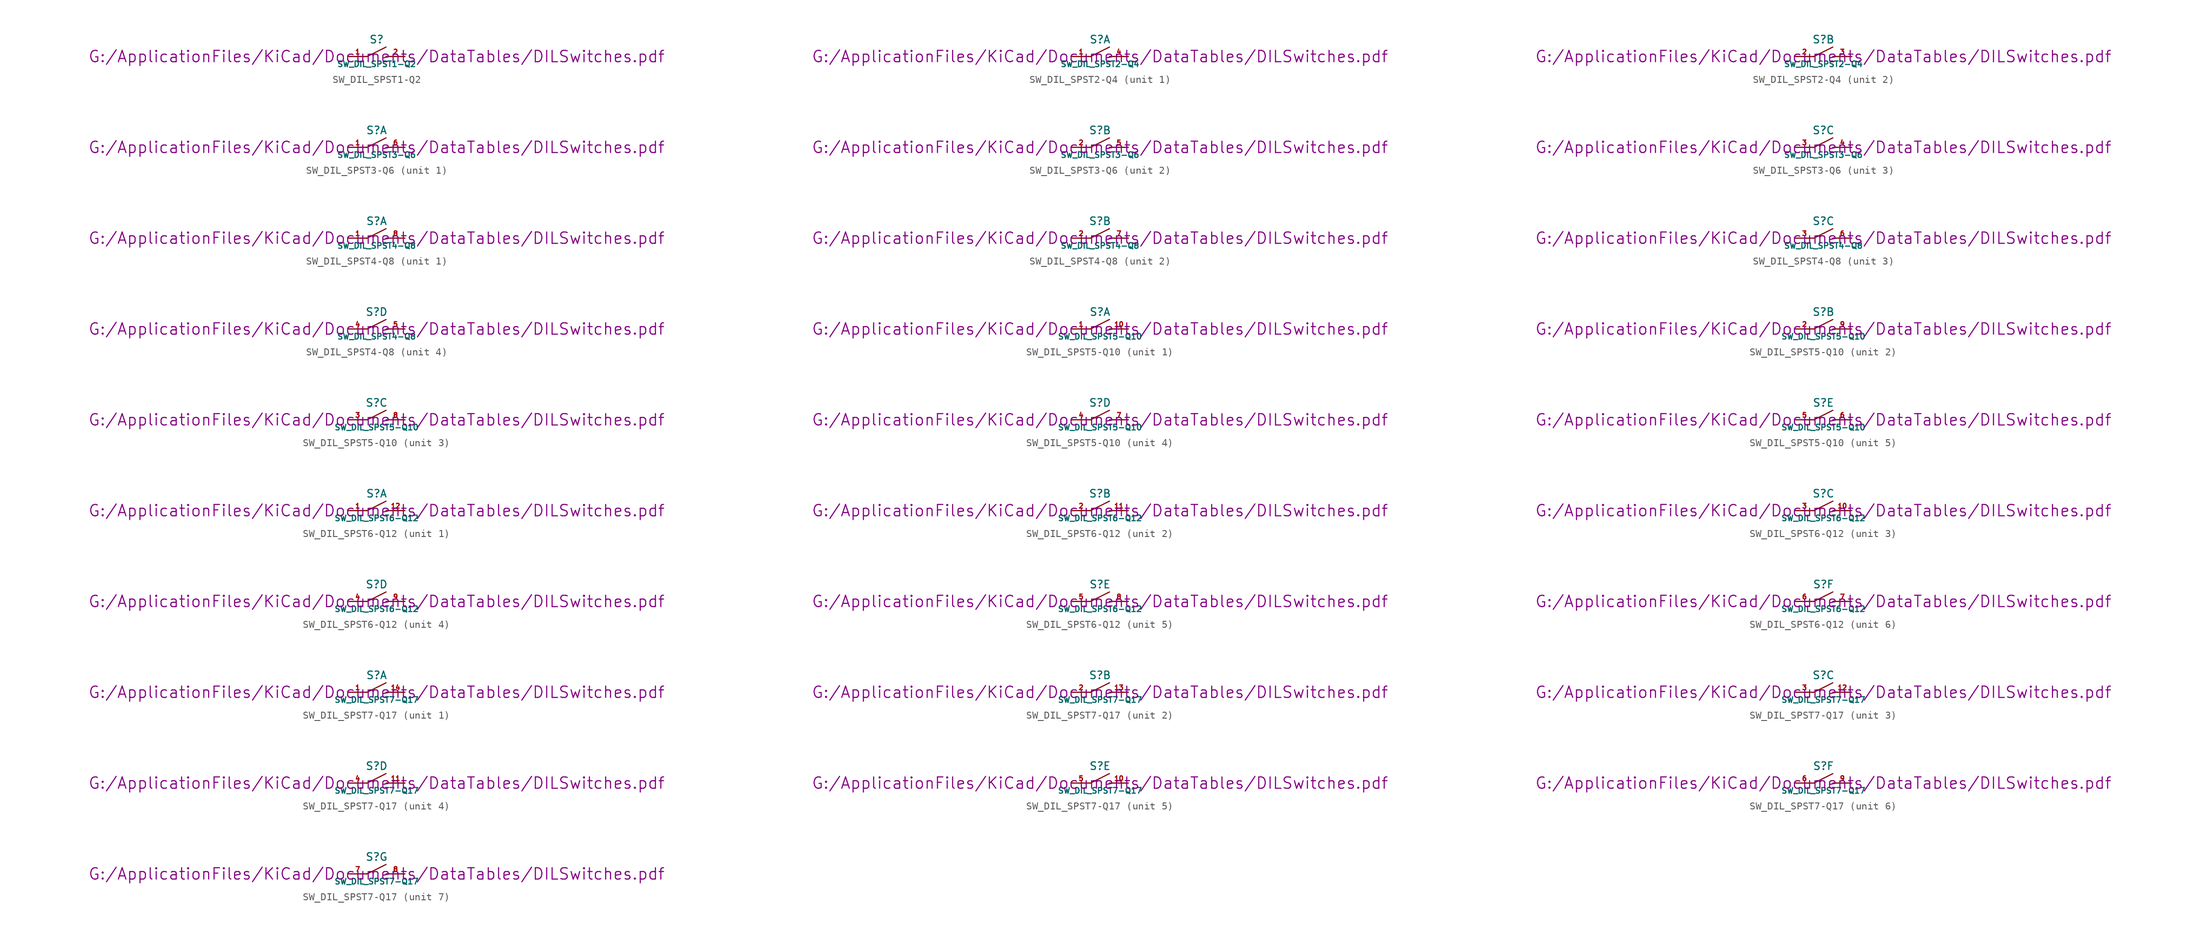
<source format=kicad_sym>
(kicad_symbol_lib
  (version 20211014)
  (generator kicad_symbol_editor)
  (symbol "SW_DIL_SPST1-Q2"
    (pin_names
      (offset 1.016) hide)
    (property "Reference" "S"
      (at 0 2.286 0)
      (effects (font (size 1.016 1.016))))
    (property "Value" "SW_DIL_SPST1-Q2"
      (at 0 -1.016 0)
      (effects (font (size 0.762 0.762))))
    (property "Footprint" ""
      (at 0 0 0)
      (effects (font (size 1.524 1.524))))
    (property "Datasheet" "G:/ApplicationFiles/KiCad/Documents/DataTables/DILSwitches.pdf"
      (at 0 0 0)
      (effects (font (size 1.524 1.524))))
    (symbol "SW_DIL_SPST1-Q2_0_1"
      (polyline (pts (xy -1.27 0) (xy 1.27 1.27)) (stroke (width 0) (type default) (color 0 0 0 0)) (fill (type none))))
    (symbol "SW_DIL_SPST1-Q2_1_1"
      (pin passive line (at -3.81 0 0) (length 2.54) (name "~" (effects (font (size 0.635 0.635)))) (number "1" (effects (font (size 0.635 0.635)))))
      (pin passive line (at 3.81 0 180) (length 2.54) (name "~" (effects (font (size 0.635 0.635)))) (number "2" (effects (font (size 0.635 0.635)))))))
  (symbol "SW_DIL_SPST2-Q4"
    (pin_names
      (offset 1.016) hide)
    (property "Reference" "S"
      (at 0 2.286 0)
      (effects (font (size 1.016 1.016))))
    (property "Value" "SW_DIL_SPST2-Q4"
      (at 0 -1.016 0)
      (effects (font (size 0.762 0.762))))
    (property "Footprint" ""
      (at 0 0 0)
      (effects (font (size 1.524 1.524))))
    (property "Datasheet" "G:/ApplicationFiles/KiCad/Documents/DataTables/DILSwitches.pdf"
      (at 0 0 0)
      (effects (font (size 1.524 1.524))))
    (symbol "SW_DIL_SPST2-Q4_0_1"
      (polyline (pts (xy -1.27 0) (xy 1.27 1.27)) (stroke (width 0) (type default) (color 0 0 0 0)) (fill (type none))))
    (symbol "SW_DIL_SPST2-Q4_1_1"
      (pin passive line (at -3.81 0 0) (length 2.54) (name "~" (effects (font (size 0.635 0.635)))) (number "1" (effects (font (size 0.635 0.635)))))
      (pin passive line (at 3.81 0 180) (length 2.54) (name "~" (effects (font (size 0.635 0.635)))) (number "4" (effects (font (size 0.635 0.635))))))
    (symbol "SW_DIL_SPST2-Q4_2_1"
      (pin passive line (at -3.81 0 0) (length 2.54) (name "~" (effects (font (size 0.635 0.635)))) (number "2" (effects (font (size 0.635 0.635)))))
      (pin passive line (at 3.81 0 180) (length 2.54) (name "~" (effects (font (size 0.635 0.635)))) (number "3" (effects (font (size 0.635 0.635)))))))
  (symbol "SW_DIL_SPST3-Q6"
    (pin_names
      (offset 1.016) hide)
    (property "Reference" "S"
      (at 0 2.286 0)
      (effects (font (size 1.016 1.016))))
    (property "Value" "SW_DIL_SPST3-Q6"
      (at 0 -1.016 0)
      (effects (font (size 0.762 0.762))))
    (property "Footprint" ""
      (at 0 0 0)
      (effects (font (size 1.524 1.524))))
    (property "Datasheet" "G:/ApplicationFiles/KiCad/Documents/DataTables/DILSwitches.pdf"
      (at 0 0 0)
      (effects (font (size 1.524 1.524))))
    (symbol "SW_DIL_SPST3-Q6_0_1"
      (polyline (pts (xy -1.27 0) (xy 1.27 1.27)) (stroke (width 0) (type default) (color 0 0 0 0)) (fill (type none))))
    (symbol "SW_DIL_SPST3-Q6_1_1"
      (pin passive line (at -3.81 0 0) (length 2.54) (name "~" (effects (font (size 0.635 0.635)))) (number "1" (effects (font (size 0.635 0.635)))))
      (pin passive line (at 3.81 0 180) (length 2.54) (name "~" (effects (font (size 0.635 0.635)))) (number "6" (effects (font (size 0.635 0.635))))))
    (symbol "SW_DIL_SPST3-Q6_2_1"
      (pin passive line (at -3.81 0 0) (length 2.54) (name "~" (effects (font (size 0.635 0.635)))) (number "2" (effects (font (size 0.635 0.635)))))
      (pin passive line (at 3.81 0 180) (length 2.54) (name "~" (effects (font (size 0.635 0.635)))) (number "5" (effects (font (size 0.635 0.635))))))
    (symbol "SW_DIL_SPST3-Q6_3_1"
      (pin passive line (at -3.81 0 0) (length 2.54) (name "~" (effects (font (size 0.635 0.635)))) (number "3" (effects (font (size 0.635 0.635)))))
      (pin passive line (at 3.81 0 180) (length 2.54) (name "~" (effects (font (size 0.635 0.635)))) (number "4" (effects (font (size 0.635 0.635)))))))
  (symbol "SW_DIL_SPST4-Q8"
    (pin_names
      (offset 1.016) hide)
    (property "Reference" "S"
      (at 0 2.286 0)
      (effects (font (size 1.016 1.016))))
    (property "Value" "SW_DIL_SPST4-Q8"
      (at 0 -1.016 0)
      (effects (font (size 0.762 0.762))))
    (property "Footprint" ""
      (at 0 0 0)
      (effects (font (size 1.524 1.524))))
    (property "Datasheet" "G:/ApplicationFiles/KiCad/Documents/DataTables/DILSwitches.pdf"
      (at 0 0 0)
      (effects (font (size 1.524 1.524))))
    (symbol "SW_DIL_SPST4-Q8_0_1"
      (polyline (pts (xy -1.27 0) (xy 1.27 1.27)) (stroke (width 0) (type default) (color 0 0 0 0)) (fill (type none))))
    (symbol "SW_DIL_SPST4-Q8_1_1"
      (pin passive line (at -3.81 0 0) (length 2.54) (name "~" (effects (font (size 0.635 0.635)))) (number "1" (effects (font (size 0.635 0.635)))))
      (pin passive line (at 3.81 0 180) (length 2.54) (name "~" (effects (font (size 0.635 0.635)))) (number "8" (effects (font (size 0.635 0.635))))))
    (symbol "SW_DIL_SPST4-Q8_2_1"
      (pin passive line (at -3.81 0 0) (length 2.54) (name "~" (effects (font (size 0.635 0.635)))) (number "2" (effects (font (size 0.635 0.635)))))
      (pin passive line (at 3.81 0 180) (length 2.54) (name "~" (effects (font (size 0.635 0.635)))) (number "7" (effects (font (size 0.635 0.635))))))
    (symbol "SW_DIL_SPST4-Q8_3_1"
      (pin passive line (at -3.81 0 0) (length 2.54) (name "~" (effects (font (size 0.635 0.635)))) (number "3" (effects (font (size 0.635 0.635)))))
      (pin passive line (at 3.81 0 180) (length 2.54) (name "~" (effects (font (size 0.635 0.635)))) (number "6" (effects (font (size 0.635 0.635))))))
    (symbol "SW_DIL_SPST4-Q8_4_1"
      (pin passive line (at -3.81 0 0) (length 2.54) (name "~" (effects (font (size 0.635 0.635)))) (number "4" (effects (font (size 0.635 0.635)))))
      (pin passive line (at 3.81 0 180) (length 2.54) (name "~" (effects (font (size 0.635 0.635)))) (number "5" (effects (font (size 0.635 0.635)))))))
  (symbol "SW_DIL_SPST5-Q10"
    (pin_names
      (offset 1.016) hide)
    (property "Reference" "S"
      (at 0 2.286 0)
      (effects (font (size 1.016 1.016))))
    (property "Value" "SW_DIL_SPST5-Q10"
      (at 0 -1.016 0)
      (effects (font (size 0.762 0.762))))
    (property "Footprint" ""
      (at 0 0 0)
      (effects (font (size 1.524 1.524))))
    (property "Datasheet" "G:/ApplicationFiles/KiCad/Documents/DataTables/DILSwitches.pdf"
      (at 0 0 0)
      (effects (font (size 1.524 1.524))))
    (symbol "SW_DIL_SPST5-Q10_0_1"
      (polyline (pts (xy -1.27 0) (xy 1.27 1.27)) (stroke (width 0) (type default) (color 0 0 0 0)) (fill (type none))))
    (symbol "SW_DIL_SPST5-Q10_1_1"
      (pin passive line (at -3.81 0 0) (length 2.54) (name "~" (effects (font (size 0.635 0.635)))) (number "1" (effects (font (size 0.635 0.635)))))
      (pin passive line (at 3.81 0 180) (length 2.54) (name "~" (effects (font (size 0.635 0.635)))) (number "10" (effects (font (size 0.635 0.635))))))
    (symbol "SW_DIL_SPST5-Q10_2_1"
      (pin passive line (at -3.81 0 0) (length 2.54) (name "~" (effects (font (size 0.635 0.635)))) (number "2" (effects (font (size 0.635 0.635)))))
      (pin passive line (at 3.81 0 180) (length 2.54) (name "~" (effects (font (size 0.635 0.635)))) (number "9" (effects (font (size 0.635 0.635))))))
    (symbol "SW_DIL_SPST5-Q10_3_1"
      (pin passive line (at -3.81 0 0) (length 2.54) (name "~" (effects (font (size 0.635 0.635)))) (number "3" (effects (font (size 0.635 0.635)))))
      (pin passive line (at 3.81 0 180) (length 2.54) (name "~" (effects (font (size 0.635 0.635)))) (number "8" (effects (font (size 0.635 0.635))))))
    (symbol "SW_DIL_SPST5-Q10_4_1"
      (pin passive line (at -3.81 0 0) (length 2.54) (name "~" (effects (font (size 0.635 0.635)))) (number "4" (effects (font (size 0.635 0.635)))))
      (pin passive line (at 3.81 0 180) (length 2.54) (name "~" (effects (font (size 0.635 0.635)))) (number "7" (effects (font (size 0.635 0.635))))))
    (symbol "SW_DIL_SPST5-Q10_5_1"
      (pin passive line (at -3.81 0 0) (length 2.54) (name "~" (effects (font (size 0.635 0.635)))) (number "5" (effects (font (size 0.635 0.635)))))
      (pin passive line (at 3.81 0 180) (length 2.54) (name "~" (effects (font (size 0.635 0.635)))) (number "6" (effects (font (size 0.635 0.635)))))))
  (symbol "SW_DIL_SPST6-Q12"
    (pin_names
      (offset 1.016) hide)
    (property "Reference" "S"
      (at 0 2.286 0)
      (effects (font (size 1.016 1.016))))
    (property "Value" "SW_DIL_SPST6-Q12"
      (at 0 -1.016 0)
      (effects (font (size 0.762 0.762))))
    (property "Footprint" ""
      (at 0 0 0)
      (effects (font (size 1.524 1.524))))
    (property "Datasheet" "G:/ApplicationFiles/KiCad/Documents/DataTables/DILSwitches.pdf"
      (at 0 0 0)
      (effects (font (size 1.524 1.524))))
    (symbol "SW_DIL_SPST6-Q12_0_1"
      (polyline (pts (xy -1.27 0) (xy 1.27 1.27)) (stroke (width 0) (type default) (color 0 0 0 0)) (fill (type none))))
    (symbol "SW_DIL_SPST6-Q12_1_1"
      (pin passive line (at -3.81 0 0) (length 2.54) (name "~" (effects (font (size 0.635 0.635)))) (number "1" (effects (font (size 0.635 0.635)))))
      (pin passive line (at 3.81 0 180) (length 2.54) (name "~" (effects (font (size 0.635 0.635)))) (number "12" (effects (font (size 0.635 0.635))))))
    (symbol "SW_DIL_SPST6-Q12_2_1"
      (pin passive line (at 3.81 0 180) (length 2.54) (name "~" (effects (font (size 0.635 0.635)))) (number "11" (effects (font (size 0.635 0.635)))))
      (pin passive line (at -3.81 0 0) (length 2.54) (name "~" (effects (font (size 0.635 0.635)))) (number "2" (effects (font (size 0.635 0.635))))))
    (symbol "SW_DIL_SPST6-Q12_3_1"
      (pin passive line (at 3.81 0 180) (length 2.54) (name "~" (effects (font (size 0.635 0.635)))) (number "10" (effects (font (size 0.635 0.635)))))
      (pin passive line (at -3.81 0 0) (length 2.54) (name "~" (effects (font (size 0.635 0.635)))) (number "3" (effects (font (size 0.635 0.635))))))
    (symbol "SW_DIL_SPST6-Q12_4_1"
      (pin passive line (at -3.81 0 0) (length 2.54) (name "~" (effects (font (size 0.635 0.635)))) (number "4" (effects (font (size 0.635 0.635)))))
      (pin passive line (at 3.81 0 180) (length 2.54) (name "~" (effects (font (size 0.635 0.635)))) (number "9" (effects (font (size 0.635 0.635))))))
    (symbol "SW_DIL_SPST6-Q12_5_1"
      (pin passive line (at -3.81 0 0) (length 2.54) (name "~" (effects (font (size 0.635 0.635)))) (number "5" (effects (font (size 0.635 0.635)))))
      (pin passive line (at 3.81 0 180) (length 2.54) (name "~" (effects (font (size 0.635 0.635)))) (number "8" (effects (font (size 0.635 0.635))))))
    (symbol "SW_DIL_SPST6-Q12_6_1"
      (pin passive line (at -3.81 0 0) (length 2.54) (name "~" (effects (font (size 0.635 0.635)))) (number "6" (effects (font (size 0.635 0.635)))))
      (pin passive line (at 3.81 0 180) (length 2.54) (name "~" (effects (font (size 0.635 0.635)))) (number "7" (effects (font (size 0.635 0.635)))))))
  (symbol "SW_DIL_SPST7-Q17"
    (pin_names
      (offset 1.016) hide)
    (property "Reference" "S"
      (at 0 2.286 0)
      (effects (font (size 1.016 1.016))))
    (property "Value" "SW_DIL_SPST7-Q17"
      (at 0 -1.016 0)
      (effects (font (size 0.762 0.762))))
    (property "Footprint" ""
      (at 0 0 0)
      (effects (font (size 1.524 1.524))))
    (property "Datasheet" "G:/ApplicationFiles/KiCad/Documents/DataTables/DILSwitches.pdf"
      (at 0 0 0)
      (effects (font (size 1.524 1.524))))
    (symbol "SW_DIL_SPST7-Q17_0_1"
      (polyline (pts (xy -1.27 0) (xy 1.27 1.27)) (stroke (width 0) (type default) (color 0 0 0 0)) (fill (type none))))
    (symbol "SW_DIL_SPST7-Q17_1_1"
      (pin passive line (at -3.81 0 0) (length 2.54) (name "~" (effects (font (size 0.635 0.635)))) (number "1" (effects (font (size 0.635 0.635)))))
      (pin passive line (at 3.81 0 180) (length 2.54) (name "~" (effects (font (size 0.635 0.635)))) (number "14" (effects (font (size 0.635 0.635))))))
    (symbol "SW_DIL_SPST7-Q17_2_1"
      (pin passive line (at 3.81 0 180) (length 2.54) (name "~" (effects (font (size 0.635 0.635)))) (number "13" (effects (font (size 0.635 0.635)))))
      (pin passive line (at -3.81 0 0) (length 2.54) (name "~" (effects (font (size 0.635 0.635)))) (number "2" (effects (font (size 0.635 0.635))))))
    (symbol "SW_DIL_SPST7-Q17_3_1"
      (pin passive line (at 3.81 0 180) (length 2.54) (name "~" (effects (font (size 0.635 0.635)))) (number "12" (effects (font (size 0.635 0.635)))))
      (pin passive line (at -3.81 0 0) (length 2.54) (name "~" (effects (font (size 0.635 0.635)))) (number "3" (effects (font (size 0.635 0.635))))))
    (symbol "SW_DIL_SPST7-Q17_4_1"
      (pin passive line (at 3.81 0 180) (length 2.54) (name "~" (effects (font (size 0.635 0.635)))) (number "11" (effects (font (size 0.635 0.635)))))
      (pin passive line (at -3.81 0 0) (length 2.54) (name "~" (effects (font (size 0.635 0.635)))) (number "4" (effects (font (size 0.635 0.635))))))
    (symbol "SW_DIL_SPST7-Q17_5_1"
      (pin passive line (at 3.81 0 180) (length 2.54) (name "~" (effects (font (size 0.635 0.635)))) (number "10" (effects (font (size 0.635 0.635)))))
      (pin passive line (at -3.81 0 0) (length 2.54) (name "~" (effects (font (size 0.635 0.635)))) (number "5" (effects (font (size 0.635 0.635))))))
    (symbol "SW_DIL_SPST7-Q17_6_1"
      (pin passive line (at -3.81 0 0) (length 2.54) (name "~" (effects (font (size 0.635 0.635)))) (number "6" (effects (font (size 0.635 0.635)))))
      (pin passive line (at 3.81 0 180) (length 2.54) (name "~" (effects (font (size 0.635 0.635)))) (number "9" (effects (font (size 0.635 0.635))))))
    (symbol "SW_DIL_SPST7-Q17_7_1"
      (pin passive line (at -3.81 0 0) (length 2.54) (name "~" (effects (font (size 0.635 0.635)))) (number "7" (effects (font (size 0.635 0.635)))))
      (pin passive line (at 3.81 0 180) (length 2.54) (name "~" (effects (font (size 0.635 0.635)))) (number "8" (effects (font (size 0.635 0.635))))))))
</source>
